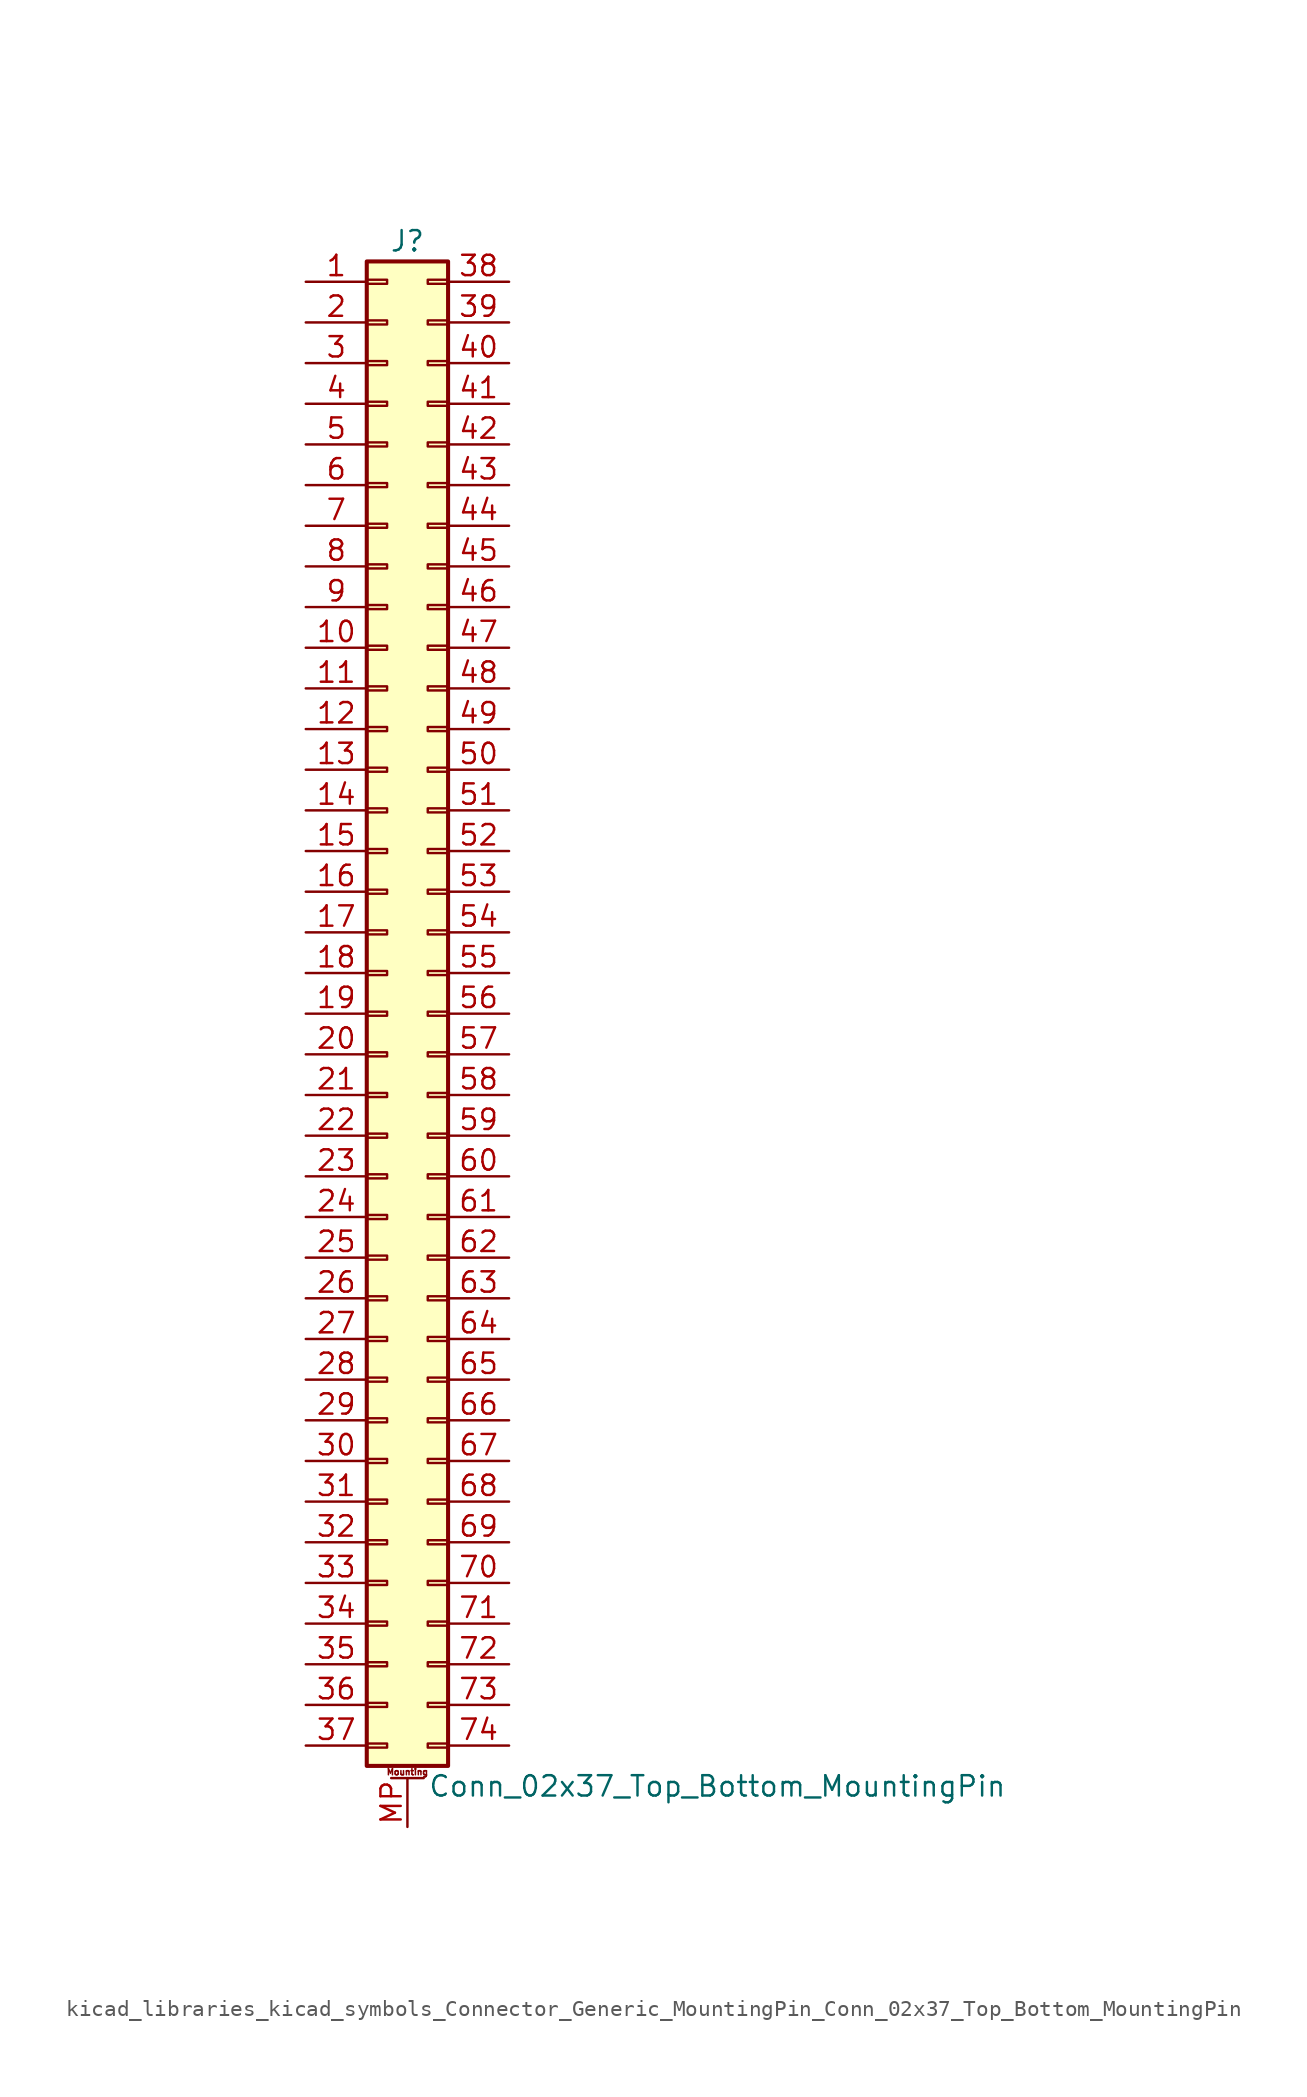
<source format=kicad_sym>
(kicad_symbol_lib
  (version 20220914)
  (generator kicad_symbol_editor)
  (symbol "kicad_libraries_kicad_symbols_Connector_Generic_MountingPin_Conn_02x37_Top_Bottom_MountingPin"
    (pin_names
      (offset 1.016) hide)
    (property "Reference" "J"
      (at 1.27 48.26 0)
      (effects (font (size 1.27 1.27))))
    (property "Value" "Conn_02x37_Top_Bottom_MountingPin"
      (at 2.54 -48.26 0)
      (effects (font (size 1.27 1.27)) (justify left)))
    (symbol "kicad_libraries_kicad_symbols_Connector_Generic_MountingPin_Conn_02x37_Top_Bottom_MountingPin_1_1"
      (rectangle (start -1.27 -45.593) (end 0 -45.847) (stroke (width 0.152) (type default)) (fill (type none)))
      (rectangle (start -1.27 -43.053) (end 0 -43.307) (stroke (width 0.152) (type default)) (fill (type none)))
      (rectangle (start -1.27 -40.513) (end 0 -40.767) (stroke (width 0.152) (type default)) (fill (type none)))
      (rectangle (start -1.27 -37.973) (end 0 -38.227) (stroke (width 0.152) (type default)) (fill (type none)))
      (rectangle (start -1.27 -35.433) (end 0 -35.687) (stroke (width 0.152) (type default)) (fill (type none)))
      (rectangle (start -1.27 -32.893) (end 0 -33.147) (stroke (width 0.152) (type default)) (fill (type none)))
      (rectangle (start -1.27 -30.353) (end 0 -30.607) (stroke (width 0.152) (type default)) (fill (type none)))
      (rectangle (start -1.27 -27.813) (end 0 -28.067) (stroke (width 0.152) (type default)) (fill (type none)))
      (rectangle (start -1.27 -25.273) (end 0 -25.527) (stroke (width 0.152) (type default)) (fill (type none)))
      (rectangle (start -1.27 -22.733) (end 0 -22.987) (stroke (width 0.152) (type default)) (fill (type none)))
      (rectangle (start -1.27 -20.193) (end 0 -20.447) (stroke (width 0.152) (type default)) (fill (type none)))
      (rectangle (start -1.27 -17.653) (end 0 -17.907) (stroke (width 0.152) (type default)) (fill (type none)))
      (rectangle (start -1.27 -15.113) (end 0 -15.367) (stroke (width 0.152) (type default)) (fill (type none)))
      (rectangle (start -1.27 -12.573) (end 0 -12.827) (stroke (width 0.152) (type default)) (fill (type none)))
      (rectangle (start -1.27 -10.033) (end 0 -10.287) (stroke (width 0.152) (type default)) (fill (type none)))
      (rectangle (start -1.27 -7.493) (end 0 -7.747) (stroke (width 0.152) (type default)) (fill (type none)))
      (rectangle (start -1.27 -4.953) (end 0 -5.207) (stroke (width 0.152) (type default)) (fill (type none)))
      (rectangle (start -1.27 -2.413) (end 0 -2.667) (stroke (width 0.152) (type default)) (fill (type none)))
      (rectangle (start -1.27 0.127) (end 0 -0.127) (stroke (width 0.152) (type default)) (fill (type none)))
      (rectangle (start -1.27 2.667) (end 0 2.413) (stroke (width 0.152) (type default)) (fill (type none)))
      (rectangle (start -1.27 5.207) (end 0 4.953) (stroke (width 0.152) (type default)) (fill (type none)))
      (rectangle (start -1.27 7.747) (end 0 7.493) (stroke (width 0.152) (type default)) (fill (type none)))
      (rectangle (start -1.27 10.287) (end 0 10.033) (stroke (width 0.152) (type default)) (fill (type none)))
      (rectangle (start -1.27 12.827) (end 0 12.573) (stroke (width 0.152) (type default)) (fill (type none)))
      (rectangle (start -1.27 15.367) (end 0 15.113) (stroke (width 0.152) (type default)) (fill (type none)))
      (rectangle (start -1.27 17.907) (end 0 17.653) (stroke (width 0.152) (type default)) (fill (type none)))
      (rectangle (start -1.27 20.447) (end 0 20.193) (stroke (width 0.152) (type default)) (fill (type none)))
      (rectangle (start -1.27 22.987) (end 0 22.733) (stroke (width 0.152) (type default)) (fill (type none)))
      (rectangle (start -1.27 25.527) (end 0 25.273) (stroke (width 0.152) (type default)) (fill (type none)))
      (rectangle (start -1.27 28.067) (end 0 27.813) (stroke (width 0.152) (type default)) (fill (type none)))
      (rectangle (start -1.27 30.607) (end 0 30.353) (stroke (width 0.152) (type default)) (fill (type none)))
      (rectangle (start -1.27 33.147) (end 0 32.893) (stroke (width 0.152) (type default)) (fill (type none)))
      (rectangle (start -1.27 35.687) (end 0 35.433) (stroke (width 0.152) (type default)) (fill (type none)))
      (rectangle (start -1.27 38.227) (end 0 37.973) (stroke (width 0.152) (type default)) (fill (type none)))
      (rectangle (start -1.27 40.767) (end 0 40.513) (stroke (width 0.152) (type default)) (fill (type none)))
      (rectangle (start -1.27 43.307) (end 0 43.053) (stroke (width 0.152) (type default)) (fill (type none)))
      (rectangle (start -1.27 45.847) (end 0 45.593) (stroke (width 0.152) (type default)) (fill (type none)))
      (rectangle (start -1.27 46.99) (end 3.81 -46.99) (stroke (width 0.254) (type default)) (fill (type background)))
      (polyline (pts (xy 0.254 -47.752) (xy 2.286 -47.752)) (stroke (width 0.152) (type default)) (fill (type none)))
      (rectangle (start 3.81 -45.593) (end 2.54 -45.847) (stroke (width 0.152) (type default)) (fill (type none)))
      (rectangle (start 3.81 -43.053) (end 2.54 -43.307) (stroke (width 0.152) (type default)) (fill (type none)))
      (rectangle (start 3.81 -40.513) (end 2.54 -40.767) (stroke (width 0.152) (type default)) (fill (type none)))
      (rectangle (start 3.81 -37.973) (end 2.54 -38.227) (stroke (width 0.152) (type default)) (fill (type none)))
      (rectangle (start 3.81 -35.433) (end 2.54 -35.687) (stroke (width 0.152) (type default)) (fill (type none)))
      (rectangle (start 3.81 -32.893) (end 2.54 -33.147) (stroke (width 0.152) (type default)) (fill (type none)))
      (rectangle (start 3.81 -30.353) (end 2.54 -30.607) (stroke (width 0.152) (type default)) (fill (type none)))
      (rectangle (start 3.81 -27.813) (end 2.54 -28.067) (stroke (width 0.152) (type default)) (fill (type none)))
      (rectangle (start 3.81 -25.273) (end 2.54 -25.527) (stroke (width 0.152) (type default)) (fill (type none)))
      (rectangle (start 3.81 -22.733) (end 2.54 -22.987) (stroke (width 0.152) (type default)) (fill (type none)))
      (rectangle (start 3.81 -20.193) (end 2.54 -20.447) (stroke (width 0.152) (type default)) (fill (type none)))
      (rectangle (start 3.81 -17.653) (end 2.54 -17.907) (stroke (width 0.152) (type default)) (fill (type none)))
      (rectangle (start 3.81 -15.113) (end 2.54 -15.367) (stroke (width 0.152) (type default)) (fill (type none)))
      (rectangle (start 3.81 -12.573) (end 2.54 -12.827) (stroke (width 0.152) (type default)) (fill (type none)))
      (rectangle (start 3.81 -10.033) (end 2.54 -10.287) (stroke (width 0.152) (type default)) (fill (type none)))
      (rectangle (start 3.81 -7.493) (end 2.54 -7.747) (stroke (width 0.152) (type default)) (fill (type none)))
      (rectangle (start 3.81 -4.953) (end 2.54 -5.207) (stroke (width 0.152) (type default)) (fill (type none)))
      (rectangle (start 3.81 -2.413) (end 2.54 -2.667) (stroke (width 0.152) (type default)) (fill (type none)))
      (rectangle (start 3.81 0.127) (end 2.54 -0.127) (stroke (width 0.152) (type default)) (fill (type none)))
      (rectangle (start 3.81 2.667) (end 2.54 2.413) (stroke (width 0.152) (type default)) (fill (type none)))
      (rectangle (start 3.81 5.207) (end 2.54 4.953) (stroke (width 0.152) (type default)) (fill (type none)))
      (rectangle (start 3.81 7.747) (end 2.54 7.493) (stroke (width 0.152) (type default)) (fill (type none)))
      (rectangle (start 3.81 10.287) (end 2.54 10.033) (stroke (width 0.152) (type default)) (fill (type none)))
      (rectangle (start 3.81 12.827) (end 2.54 12.573) (stroke (width 0.152) (type default)) (fill (type none)))
      (rectangle (start 3.81 15.367) (end 2.54 15.113) (stroke (width 0.152) (type default)) (fill (type none)))
      (rectangle (start 3.81 17.907) (end 2.54 17.653) (stroke (width 0.152) (type default)) (fill (type none)))
      (rectangle (start 3.81 20.447) (end 2.54 20.193) (stroke (width 0.152) (type default)) (fill (type none)))
      (rectangle (start 3.81 22.987) (end 2.54 22.733) (stroke (width 0.152) (type default)) (fill (type none)))
      (rectangle (start 3.81 25.527) (end 2.54 25.273) (stroke (width 0.152) (type default)) (fill (type none)))
      (rectangle (start 3.81 28.067) (end 2.54 27.813) (stroke (width 0.152) (type default)) (fill (type none)))
      (rectangle (start 3.81 30.607) (end 2.54 30.353) (stroke (width 0.152) (type default)) (fill (type none)))
      (rectangle (start 3.81 33.147) (end 2.54 32.893) (stroke (width 0.152) (type default)) (fill (type none)))
      (rectangle (start 3.81 35.687) (end 2.54 35.433) (stroke (width 0.152) (type default)) (fill (type none)))
      (rectangle (start 3.81 38.227) (end 2.54 37.973) (stroke (width 0.152) (type default)) (fill (type none)))
      (rectangle (start 3.81 40.767) (end 2.54 40.513) (stroke (width 0.152) (type default)) (fill (type none)))
      (rectangle (start 3.81 43.307) (end 2.54 43.053) (stroke (width 0.152) (type default)) (fill (type none)))
      (rectangle (start 3.81 45.847) (end 2.54 45.593) (stroke (width 0.152) (type default)) (fill (type none)))
      (text "Mounting" (at 1.27 -47.371 0) (effects (font (size 0.381 0.381))))
      (pin passive line (at -5.08 45.72 0) (length 3.81) (name "Pin_1" (effects (font (size 1.27 1.27)))) (number "1" (effects (font (size 1.27 1.27)))))
      (pin passive line (at -5.08 22.86 0) (length 3.81) (name "Pin_10" (effects (font (size 1.27 1.27)))) (number "10" (effects (font (size 1.27 1.27)))))
      (pin passive line (at -5.08 20.32 0) (length 3.81) (name "Pin_11" (effects (font (size 1.27 1.27)))) (number "11" (effects (font (size 1.27 1.27)))))
      (pin passive line (at -5.08 17.78 0) (length 3.81) (name "Pin_12" (effects (font (size 1.27 1.27)))) (number "12" (effects (font (size 1.27 1.27)))))
      (pin passive line (at -5.08 15.24 0) (length 3.81) (name "Pin_13" (effects (font (size 1.27 1.27)))) (number "13" (effects (font (size 1.27 1.27)))))
      (pin passive line (at -5.08 12.7 0) (length 3.81) (name "Pin_14" (effects (font (size 1.27 1.27)))) (number "14" (effects (font (size 1.27 1.27)))))
      (pin passive line (at -5.08 10.16 0) (length 3.81) (name "Pin_15" (effects (font (size 1.27 1.27)))) (number "15" (effects (font (size 1.27 1.27)))))
      (pin passive line (at -5.08 7.62 0) (length 3.81) (name "Pin_16" (effects (font (size 1.27 1.27)))) (number "16" (effects (font (size 1.27 1.27)))))
      (pin passive line (at -5.08 5.08 0) (length 3.81) (name "Pin_17" (effects (font (size 1.27 1.27)))) (number "17" (effects (font (size 1.27 1.27)))))
      (pin passive line (at -5.08 2.54 0) (length 3.81) (name "Pin_18" (effects (font (size 1.27 1.27)))) (number "18" (effects (font (size 1.27 1.27)))))
      (pin passive line (at -5.08 0 0) (length 3.81) (name "Pin_19" (effects (font (size 1.27 1.27)))) (number "19" (effects (font (size 1.27 1.27)))))
      (pin passive line (at -5.08 43.18 0) (length 3.81) (name "Pin_2" (effects (font (size 1.27 1.27)))) (number "2" (effects (font (size 1.27 1.27)))))
      (pin passive line (at -5.08 -2.54 0) (length 3.81) (name "Pin_20" (effects (font (size 1.27 1.27)))) (number "20" (effects (font (size 1.27 1.27)))))
      (pin passive line (at -5.08 -5.08 0) (length 3.81) (name "Pin_21" (effects (font (size 1.27 1.27)))) (number "21" (effects (font (size 1.27 1.27)))))
      (pin passive line (at -5.08 -7.62 0) (length 3.81) (name "Pin_22" (effects (font (size 1.27 1.27)))) (number "22" (effects (font (size 1.27 1.27)))))
      (pin passive line (at -5.08 -10.16 0) (length 3.81) (name "Pin_23" (effects (font (size 1.27 1.27)))) (number "23" (effects (font (size 1.27 1.27)))))
      (pin passive line (at -5.08 -12.7 0) (length 3.81) (name "Pin_24" (effects (font (size 1.27 1.27)))) (number "24" (effects (font (size 1.27 1.27)))))
      (pin passive line (at -5.08 -15.24 0) (length 3.81) (name "Pin_25" (effects (font (size 1.27 1.27)))) (number "25" (effects (font (size 1.27 1.27)))))
      (pin passive line (at -5.08 -17.78 0) (length 3.81) (name "Pin_26" (effects (font (size 1.27 1.27)))) (number "26" (effects (font (size 1.27 1.27)))))
      (pin passive line (at -5.08 -20.32 0) (length 3.81) (name "Pin_27" (effects (font (size 1.27 1.27)))) (number "27" (effects (font (size 1.27 1.27)))))
      (pin passive line (at -5.08 -22.86 0) (length 3.81) (name "Pin_28" (effects (font (size 1.27 1.27)))) (number "28" (effects (font (size 1.27 1.27)))))
      (pin passive line (at -5.08 -25.4 0) (length 3.81) (name "Pin_29" (effects (font (size 1.27 1.27)))) (number "29" (effects (font (size 1.27 1.27)))))
      (pin passive line (at -5.08 40.64 0) (length 3.81) (name "Pin_3" (effects (font (size 1.27 1.27)))) (number "3" (effects (font (size 1.27 1.27)))))
      (pin passive line (at -5.08 -27.94 0) (length 3.81) (name "Pin_30" (effects (font (size 1.27 1.27)))) (number "30" (effects (font (size 1.27 1.27)))))
      (pin passive line (at -5.08 -30.48 0) (length 3.81) (name "Pin_31" (effects (font (size 1.27 1.27)))) (number "31" (effects (font (size 1.27 1.27)))))
      (pin passive line (at -5.08 -33.02 0) (length 3.81) (name "Pin_32" (effects (font (size 1.27 1.27)))) (number "32" (effects (font (size 1.27 1.27)))))
      (pin passive line (at -5.08 -35.56 0) (length 3.81) (name "Pin_33" (effects (font (size 1.27 1.27)))) (number "33" (effects (font (size 1.27 1.27)))))
      (pin passive line (at -5.08 -38.1 0) (length 3.81) (name "Pin_34" (effects (font (size 1.27 1.27)))) (number "34" (effects (font (size 1.27 1.27)))))
      (pin passive line (at -5.08 -40.64 0) (length 3.81) (name "Pin_35" (effects (font (size 1.27 1.27)))) (number "35" (effects (font (size 1.27 1.27)))))
      (pin passive line (at -5.08 -43.18 0) (length 3.81) (name "Pin_36" (effects (font (size 1.27 1.27)))) (number "36" (effects (font (size 1.27 1.27)))))
      (pin passive line (at -5.08 -45.72 0) (length 3.81) (name "Pin_37" (effects (font (size 1.27 1.27)))) (number "37" (effects (font (size 1.27 1.27)))))
      (pin passive line (at 7.62 45.72 180) (length 3.81) (name "Pin_38" (effects (font (size 1.27 1.27)))) (number "38" (effects (font (size 1.27 1.27)))))
      (pin passive line (at 7.62 43.18 180) (length 3.81) (name "Pin_39" (effects (font (size 1.27 1.27)))) (number "39" (effects (font (size 1.27 1.27)))))
      (pin passive line (at -5.08 38.1 0) (length 3.81) (name "Pin_4" (effects (font (size 1.27 1.27)))) (number "4" (effects (font (size 1.27 1.27)))))
      (pin passive line (at 7.62 40.64 180) (length 3.81) (name "Pin_40" (effects (font (size 1.27 1.27)))) (number "40" (effects (font (size 1.27 1.27)))))
      (pin passive line (at 7.62 38.1 180) (length 3.81) (name "Pin_41" (effects (font (size 1.27 1.27)))) (number "41" (effects (font (size 1.27 1.27)))))
      (pin passive line (at 7.62 35.56 180) (length 3.81) (name "Pin_42" (effects (font (size 1.27 1.27)))) (number "42" (effects (font (size 1.27 1.27)))))
      (pin passive line (at 7.62 33.02 180) (length 3.81) (name "Pin_43" (effects (font (size 1.27 1.27)))) (number "43" (effects (font (size 1.27 1.27)))))
      (pin passive line (at 7.62 30.48 180) (length 3.81) (name "Pin_44" (effects (font (size 1.27 1.27)))) (number "44" (effects (font (size 1.27 1.27)))))
      (pin passive line (at 7.62 27.94 180) (length 3.81) (name "Pin_45" (effects (font (size 1.27 1.27)))) (number "45" (effects (font (size 1.27 1.27)))))
      (pin passive line (at 7.62 25.4 180) (length 3.81) (name "Pin_46" (effects (font (size 1.27 1.27)))) (number "46" (effects (font (size 1.27 1.27)))))
      (pin passive line (at 7.62 22.86 180) (length 3.81) (name "Pin_47" (effects (font (size 1.27 1.27)))) (number "47" (effects (font (size 1.27 1.27)))))
      (pin passive line (at 7.62 20.32 180) (length 3.81) (name "Pin_48" (effects (font (size 1.27 1.27)))) (number "48" (effects (font (size 1.27 1.27)))))
      (pin passive line (at 7.62 17.78 180) (length 3.81) (name "Pin_49" (effects (font (size 1.27 1.27)))) (number "49" (effects (font (size 1.27 1.27)))))
      (pin passive line (at -5.08 35.56 0) (length 3.81) (name "Pin_5" (effects (font (size 1.27 1.27)))) (number "5" (effects (font (size 1.27 1.27)))))
      (pin passive line (at 7.62 15.24 180) (length 3.81) (name "Pin_50" (effects (font (size 1.27 1.27)))) (number "50" (effects (font (size 1.27 1.27)))))
      (pin passive line (at 7.62 12.7 180) (length 3.81) (name "Pin_51" (effects (font (size 1.27 1.27)))) (number "51" (effects (font (size 1.27 1.27)))))
      (pin passive line (at 7.62 10.16 180) (length 3.81) (name "Pin_52" (effects (font (size 1.27 1.27)))) (number "52" (effects (font (size 1.27 1.27)))))
      (pin passive line (at 7.62 7.62 180) (length 3.81) (name "Pin_53" (effects (font (size 1.27 1.27)))) (number "53" (effects (font (size 1.27 1.27)))))
      (pin passive line (at 7.62 5.08 180) (length 3.81) (name "Pin_54" (effects (font (size 1.27 1.27)))) (number "54" (effects (font (size 1.27 1.27)))))
      (pin passive line (at 7.62 2.54 180) (length 3.81) (name "Pin_55" (effects (font (size 1.27 1.27)))) (number "55" (effects (font (size 1.27 1.27)))))
      (pin passive line (at 7.62 0 180) (length 3.81) (name "Pin_56" (effects (font (size 1.27 1.27)))) (number "56" (effects (font (size 1.27 1.27)))))
      (pin passive line (at 7.62 -2.54 180) (length 3.81) (name "Pin_57" (effects (font (size 1.27 1.27)))) (number "57" (effects (font (size 1.27 1.27)))))
      (pin passive line (at 7.62 -5.08 180) (length 3.81) (name "Pin_58" (effects (font (size 1.27 1.27)))) (number "58" (effects (font (size 1.27 1.27)))))
      (pin passive line (at 7.62 -7.62 180) (length 3.81) (name "Pin_59" (effects (font (size 1.27 1.27)))) (number "59" (effects (font (size 1.27 1.27)))))
      (pin passive line (at -5.08 33.02 0) (length 3.81) (name "Pin_6" (effects (font (size 1.27 1.27)))) (number "6" (effects (font (size 1.27 1.27)))))
      (pin passive line (at 7.62 -10.16 180) (length 3.81) (name "Pin_60" (effects (font (size 1.27 1.27)))) (number "60" (effects (font (size 1.27 1.27)))))
      (pin passive line (at 7.62 -12.7 180) (length 3.81) (name "Pin_61" (effects (font (size 1.27 1.27)))) (number "61" (effects (font (size 1.27 1.27)))))
      (pin passive line (at 7.62 -15.24 180) (length 3.81) (name "Pin_62" (effects (font (size 1.27 1.27)))) (number "62" (effects (font (size 1.27 1.27)))))
      (pin passive line (at 7.62 -17.78 180) (length 3.81) (name "Pin_63" (effects (font (size 1.27 1.27)))) (number "63" (effects (font (size 1.27 1.27)))))
      (pin passive line (at 7.62 -20.32 180) (length 3.81) (name "Pin_64" (effects (font (size 1.27 1.27)))) (number "64" (effects (font (size 1.27 1.27)))))
      (pin passive line (at 7.62 -22.86 180) (length 3.81) (name "Pin_65" (effects (font (size 1.27 1.27)))) (number "65" (effects (font (size 1.27 1.27)))))
      (pin passive line (at 7.62 -25.4 180) (length 3.81) (name "Pin_66" (effects (font (size 1.27 1.27)))) (number "66" (effects (font (size 1.27 1.27)))))
      (pin passive line (at 7.62 -27.94 180) (length 3.81) (name "Pin_67" (effects (font (size 1.27 1.27)))) (number "67" (effects (font (size 1.27 1.27)))))
      (pin passive line (at 7.62 -30.48 180) (length 3.81) (name "Pin_68" (effects (font (size 1.27 1.27)))) (number "68" (effects (font (size 1.27 1.27)))))
      (pin passive line (at 7.62 -33.02 180) (length 3.81) (name "Pin_69" (effects (font (size 1.27 1.27)))) (number "69" (effects (font (size 1.27 1.27)))))
      (pin passive line (at -5.08 30.48 0) (length 3.81) (name "Pin_7" (effects (font (size 1.27 1.27)))) (number "7" (effects (font (size 1.27 1.27)))))
      (pin passive line (at 7.62 -35.56 180) (length 3.81) (name "Pin_70" (effects (font (size 1.27 1.27)))) (number "70" (effects (font (size 1.27 1.27)))))
      (pin passive line (at 7.62 -38.1 180) (length 3.81) (name "Pin_71" (effects (font (size 1.27 1.27)))) (number "71" (effects (font (size 1.27 1.27)))))
      (pin passive line (at 7.62 -40.64 180) (length 3.81) (name "Pin_72" (effects (font (size 1.27 1.27)))) (number "72" (effects (font (size 1.27 1.27)))))
      (pin passive line (at 7.62 -43.18 180) (length 3.81) (name "Pin_73" (effects (font (size 1.27 1.27)))) (number "73" (effects (font (size 1.27 1.27)))))
      (pin passive line (at 7.62 -45.72 180) (length 3.81) (name "Pin_74" (effects (font (size 1.27 1.27)))) (number "74" (effects (font (size 1.27 1.27)))))
      (pin passive line (at -5.08 27.94 0) (length 3.81) (name "Pin_8" (effects (font (size 1.27 1.27)))) (number "8" (effects (font (size 1.27 1.27)))))
      (pin passive line (at -5.08 25.4 0) (length 3.81) (name "Pin_9" (effects (font (size 1.27 1.27)))) (number "9" (effects (font (size 1.27 1.27)))))
      (pin passive line (at 1.27 -50.8 90) (length 3.048) (name "MountPin" (effects (font (size 1.27 1.27)))) (number "MP" (effects (font (size 1.27 1.27))))))))
</source>
